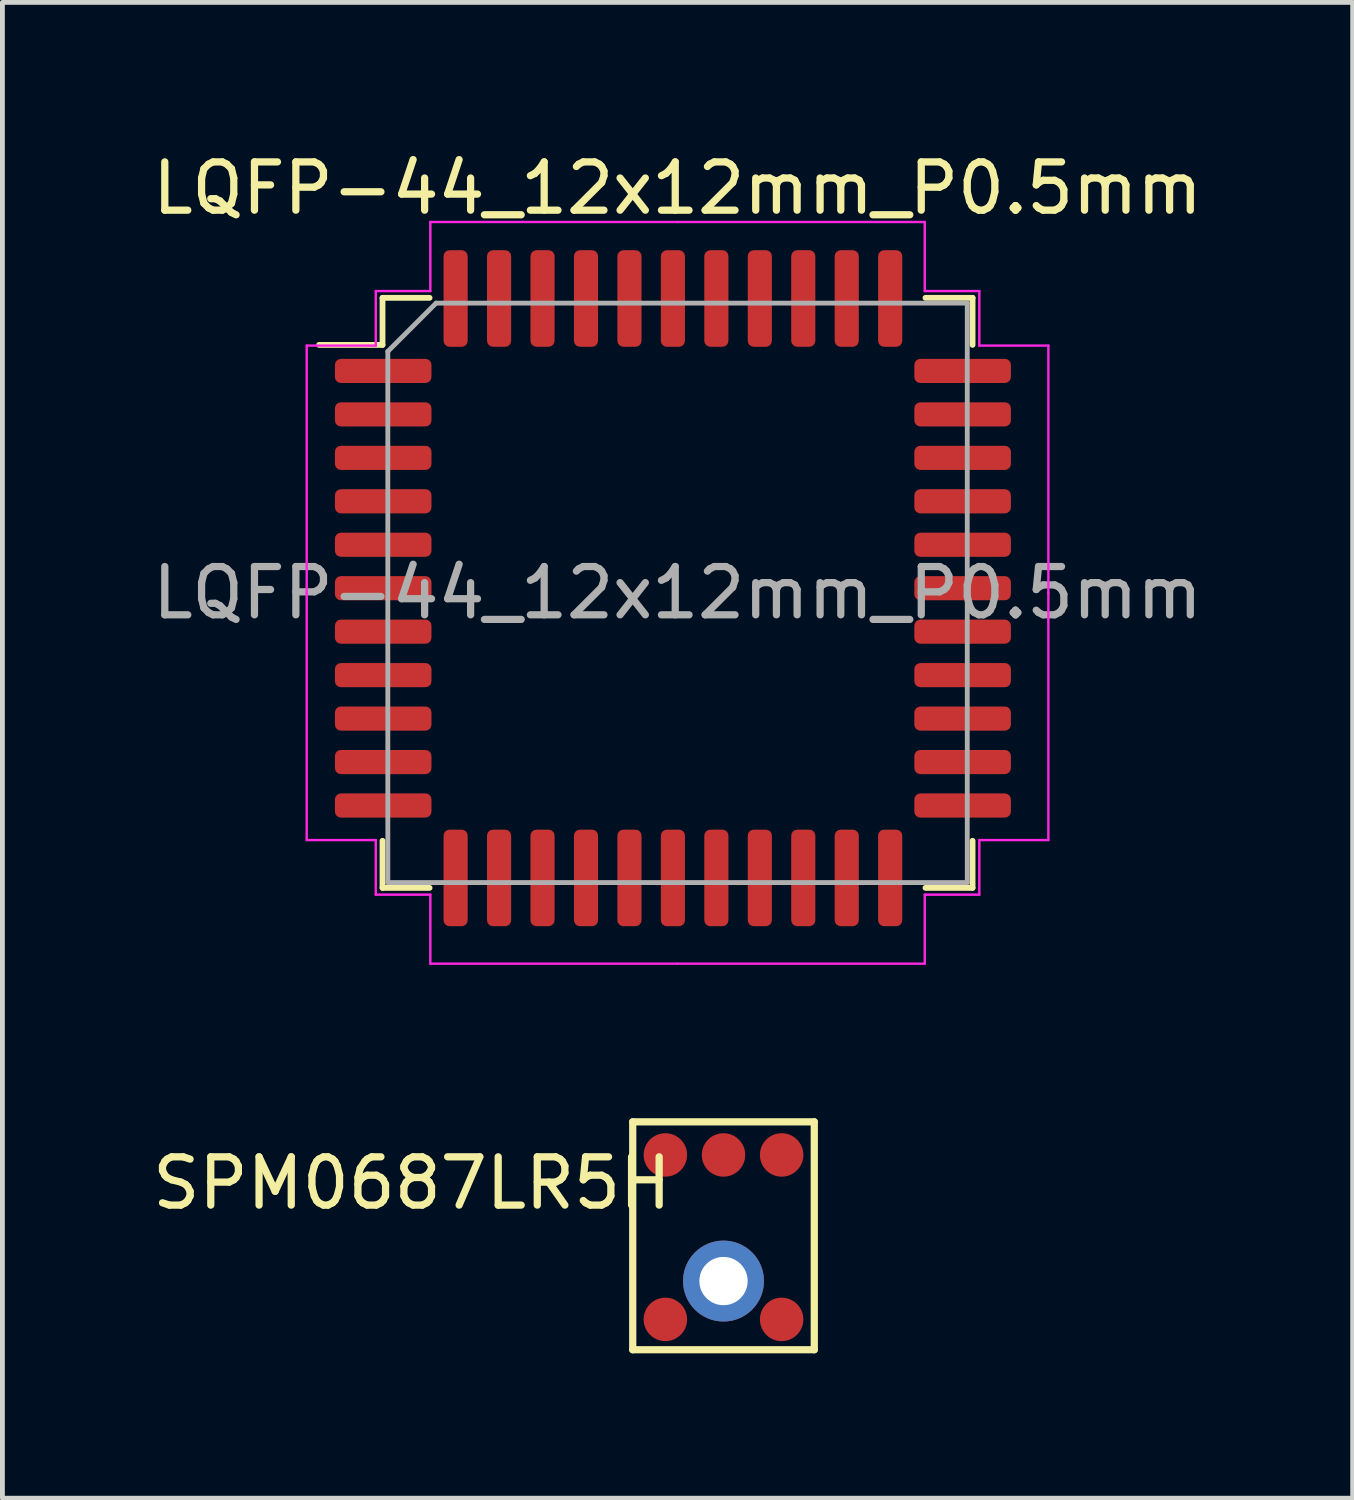
<source format=kicad_pcb>
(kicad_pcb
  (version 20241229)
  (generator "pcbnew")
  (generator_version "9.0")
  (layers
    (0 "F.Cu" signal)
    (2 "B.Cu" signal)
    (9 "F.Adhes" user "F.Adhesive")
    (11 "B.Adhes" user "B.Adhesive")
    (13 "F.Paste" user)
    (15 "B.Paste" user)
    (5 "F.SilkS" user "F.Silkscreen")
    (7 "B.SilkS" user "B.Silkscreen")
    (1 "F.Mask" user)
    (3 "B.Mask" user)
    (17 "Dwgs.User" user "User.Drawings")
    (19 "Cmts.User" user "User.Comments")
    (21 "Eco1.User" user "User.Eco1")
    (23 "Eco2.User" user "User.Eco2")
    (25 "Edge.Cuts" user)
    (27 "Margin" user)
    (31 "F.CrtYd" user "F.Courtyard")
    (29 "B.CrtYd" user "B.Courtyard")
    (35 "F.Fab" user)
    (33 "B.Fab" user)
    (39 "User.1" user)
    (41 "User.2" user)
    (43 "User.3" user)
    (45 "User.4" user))
  (footprint "SPM0687LR5H"
    (layer "F.Cu")
    (at 10.054 20.183)
    (property "Reference" "SPM0687LR5H" (at -4.572 1.27 0) (layer "F.SilkS") (effects (font (size 1 1) (thickness 0.15))))
    (attr through_hole)
    (fp_line (start 0 0) (end 0 4.72) (stroke (width 0.15) (type solid)) (layer "F.SilkS"))
    (fp_line (start 0 0) (end 3.76 0) (stroke (width 0.15) (type solid)) (layer "F.SilkS"))
    (fp_line (start 0 4.72) (end 3.76 4.72) (stroke (width 0.15) (type solid)) (layer "F.SilkS"))
    (fp_line (start 3.76 0) (end 3.76 4.72) (stroke (width 0.15) (type solid)) (layer "F.SilkS"))
    (pad "1" smd circle (at 3.084 0.686) (size 0.9 0.9) (layers "F.Cu" "F.Mask" "F.Paste"))
    (pad "2" smd circle (at 3.084 4.092) (size 0.9 0.9) (layers "F.Cu" "F.Mask" "F.Paste"))
    (pad "3" thru_hole circle (at 1.88 3.298) (size 1.676 1.676) (drill 1) (layers "*.Cu" "*.Mask"))
    (pad "4" smd circle (at 0.676 4.092) (size 0.9 0.9) (layers "F.Cu" "F.Mask" "F.Paste"))
    (pad "5" smd circle (at 0.676 0.686) (size 0.9 0.9) (layers "F.Cu" "F.Mask" "F.Paste"))
    (pad "6" smd circle (at 1.88 0.686) (size 0.9 0.9) (layers "F.Cu" "F.Mask" "F.Paste")))
  (footprint "LQFP-44_12x12mm_P0.5mm"
    (layer "F.Cu")
    (at 4.886 3.132)
    (property "Reference" "LQFP-44_12x12mm_P0.5mm" (at 6.096 -2.284 0) (layer "F.SilkS") (effects (font (size 1 1) (thickness 0.15))))
    (attr smd)
    (fp_line (start -0.014 -0.014) (end -0.014 0.961) (stroke (width 0.12) (type solid)) (layer "F.SilkS"))
    (fp_line (start -0.014 0.961) (end -1.329 0.961) (stroke (width 0.12) (type solid)) (layer "F.SilkS"))
    (fp_line (start -0.014 12.206) (end -0.014 11.231) (stroke (width 0.12) (type solid)) (layer "F.SilkS"))
    (fp_line (start 0.961 -0.014) (end -0.014 -0.014) (stroke (width 0.12) (type solid)) (layer "F.SilkS"))
    (fp_line (start 0.961 12.206) (end -0.014 12.206) (stroke (width 0.12) (type solid)) (layer "F.SilkS"))
    (fp_line (start 11.231 -0.014) (end 12.206 -0.014) (stroke (width 0.12) (type solid)) (layer "F.SilkS"))
    (fp_line (start 11.231 12.206) (end 12.206 12.206) (stroke (width 0.12) (type solid)) (layer "F.SilkS"))
    (fp_line (start 12.206 -0.014) (end 12.206 0.961) (stroke (width 0.12) (type solid)) (layer "F.SilkS"))
    (fp_line (start 12.206 12.206) (end 12.206 11.231) (stroke (width 0.12) (type solid)) (layer "F.SilkS"))
    (fp_line (start -1.584 0.976) (end -1.584 6.096) (stroke (width 0.05) (type solid)) (layer "F.CrtYd"))
    (fp_line (start -1.584 11.216) (end -1.584 6.096) (stroke (width 0.05) (type solid)) (layer "F.CrtYd"))
    (fp_line (start -0.154 -0.154) (end -0.154 0.976) (stroke (width 0.05) (type solid)) (layer "F.CrtYd"))
    (fp_line (start -0.154 0.976) (end -1.584 0.976) (stroke (width 0.05) (type solid)) (layer "F.CrtYd"))
    (fp_line (start -0.154 11.216) (end -1.584 11.216) (stroke (width 0.05) (type solid)) (layer "F.CrtYd"))
    (fp_line (start -0.154 12.346) (end -0.154 11.216) (stroke (width 0.05) (type solid)) (layer "F.CrtYd"))
    (fp_line (start 0.976 -1.584) (end 0.976 -0.154) (stroke (width 0.05) (type solid)) (layer "F.CrtYd"))
    (fp_line (start 0.976 -0.154) (end -0.154 -0.154) (stroke (width 0.05) (type solid)) (layer "F.CrtYd"))
    (fp_line (start 0.976 12.346) (end -0.154 12.346) (stroke (width 0.05) (type solid)) (layer "F.CrtYd"))
    (fp_line (start 0.976 13.776) (end 0.976 12.346) (stroke (width 0.05) (type solid)) (layer "F.CrtYd"))
    (fp_line (start 6.096 -1.584) (end 0.976 -1.584) (stroke (width 0.05) (type solid)) (layer "F.CrtYd"))
    (fp_line (start 6.096 -1.584) (end 11.216 -1.584) (stroke (width 0.05) (type solid)) (layer "F.CrtYd"))
    (fp_line (start 6.096 13.776) (end 0.976 13.776) (stroke (width 0.05) (type solid)) (layer "F.CrtYd"))
    (fp_line (start 6.096 13.776) (end 11.216 13.776) (stroke (width 0.05) (type solid)) (layer "F.CrtYd"))
    (fp_line (start 11.216 -1.584) (end 11.216 -0.154) (stroke (width 0.05) (type solid)) (layer "F.CrtYd"))
    (fp_line (start 11.216 -0.154) (end 12.346 -0.154) (stroke (width 0.05) (type solid)) (layer "F.CrtYd"))
    (fp_line (start 11.216 12.346) (end 12.346 12.346) (stroke (width 0.05) (type solid)) (layer "F.CrtYd"))
    (fp_line (start 11.216 13.776) (end 11.216 12.346) (stroke (width 0.05) (type solid)) (layer "F.CrtYd"))
    (fp_line (start 12.346 -0.154) (end 12.346 0.976) (stroke (width 0.05) (type solid)) (layer "F.CrtYd"))
    (fp_line (start 12.346 0.976) (end 13.776 0.976) (stroke (width 0.05) (type solid)) (layer "F.CrtYd"))
    (fp_line (start 12.346 11.216) (end 13.776 11.216) (stroke (width 0.05) (type solid)) (layer "F.CrtYd"))
    (fp_line (start 12.346 12.346) (end 12.346 11.216) (stroke (width 0.05) (type solid)) (layer "F.CrtYd"))
    (fp_line (start 13.776 0.976) (end 13.776 6.096) (stroke (width 0.05) (type solid)) (layer "F.CrtYd"))
    (fp_line (start 13.776 11.216) (end 13.776 6.096) (stroke (width 0.05) (type solid)) (layer "F.CrtYd"))
    (fp_line (start 0.096 1.096) (end 1.096 0.096) (stroke (width 0.1) (type solid)) (layer "F.Fab"))
    (fp_line (start 0.096 12.096) (end 0.096 1.096) (stroke (width 0.1) (type solid)) (layer "F.Fab"))
    (fp_line (start 1.096 0.096) (end 12.096 0.096) (stroke (width 0.1) (type solid)) (layer "F.Fab"))
    (fp_line (start 12.096 0.096) (end 12.096 12.096) (stroke (width 0.1) (type solid)) (layer "F.Fab"))
    (fp_line (start 12.096 12.096) (end 0.096 12.096) (stroke (width 0.1) (type solid)) (layer "F.Fab"))
    (fp_text user "${REFERENCE}" (at 6.096 6.096 0) (layer "F.Fab") (effects (font (size 1 1) (thickness 0.15))))
    (pad "1" smd roundrect (at 0 1.5) (size 2 0.5) (layers "F.Cu" "F.Mask" "F.Paste") (roundrect_rratio 0.25))
    (pad "2" smd roundrect (at 0 2.4) (size 2 0.5) (layers "F.Cu" "F.Mask" "F.Paste") (roundrect_rratio 0.25))
    (pad "3" smd roundrect (at 0 3.3) (size 2 0.5) (layers "F.Cu" "F.Mask" "F.Paste") (roundrect_rratio 0.25))
    (pad "4" smd roundrect (at 0 4.2) (size 2 0.5) (layers "F.Cu" "F.Mask" "F.Paste") (roundrect_rratio 0.25))
    (pad "5" smd roundrect (at 0 5.1) (size 2 0.5) (layers "F.Cu" "F.Mask" "F.Paste") (roundrect_rratio 0.25))
    (pad "6" smd roundrect (at 0 6) (size 2 0.5) (layers "F.Cu" "F.Mask" "F.Paste") (roundrect_rratio 0.25))
    (pad "7" smd roundrect (at 0 6.9) (size 2 0.5) (layers "F.Cu" "F.Mask" "F.Paste") (roundrect_rratio 0.25))
    (pad "8" smd roundrect (at 0 7.8) (size 2 0.5) (layers "F.Cu" "F.Mask" "F.Paste") (roundrect_rratio 0.25))
    (pad "9" smd roundrect (at 0 8.7) (size 2 0.5) (layers "F.Cu" "F.Mask" "F.Paste") (roundrect_rratio 0.25))
    (pad "10" smd roundrect (at 0 9.6) (size 2 0.5) (layers "F.Cu" "F.Mask" "F.Paste") (roundrect_rratio 0.25))
    (pad "11" smd roundrect (at 0 10.5) (size 2 0.5) (layers "F.Cu" "F.Mask" "F.Paste") (roundrect_rratio 0.25))
    (pad "12" smd roundrect (at 1.5 12 90) (size 2 0.5) (layers "F.Cu" "F.Mask" "F.Paste") (roundrect_rratio 0.25))
    (pad "13" smd roundrect (at 2.4 12 90) (size 2 0.5) (layers "F.Cu" "F.Mask" "F.Paste") (roundrect_rratio 0.25))
    (pad "14" smd roundrect (at 3.3 12 90) (size 2 0.5) (layers "F.Cu" "F.Mask" "F.Paste") (roundrect_rratio 0.25))
    (pad "15" smd roundrect (at 4.2 12 90) (size 2 0.5) (layers "F.Cu" "F.Mask" "F.Paste") (roundrect_rratio 0.25))
    (pad "16" smd roundrect (at 5.1 12 90) (size 2 0.5) (layers "F.Cu" "F.Mask" "F.Paste") (roundrect_rratio 0.25))
    (pad "17" smd roundrect (at 6 12 90) (size 2 0.5) (layers "F.Cu" "F.Mask" "F.Paste") (roundrect_rratio 0.25))
    (pad "18" smd roundrect (at 6.9 12 90) (size 2 0.5) (layers "F.Cu" "F.Mask" "F.Paste") (roundrect_rratio 0.25))
    (pad "19" smd roundrect (at 7.8 12 90) (size 2 0.5) (layers "F.Cu" "F.Mask" "F.Paste") (roundrect_rratio 0.25))
    (pad "20" smd roundrect (at 8.7 12 90) (size 2 0.5) (layers "F.Cu" "F.Mask" "F.Paste") (roundrect_rratio 0.25))
    (pad "21" smd roundrect (at 9.6 12) (size 0.5 2) (layers "F.Cu" "F.Mask" "F.Paste") (roundrect_rratio 0.25))
    (pad "22" smd roundrect (at 10.5 12) (size 0.5 2) (layers "F.Cu" "F.Mask" "F.Paste") (roundrect_rratio 0.25))
    (pad "23" smd roundrect (at 12 10.5 90) (size 0.5 2) (layers "F.Cu" "F.Mask" "F.Paste") (roundrect_rratio 0.25))
    (pad "24" smd roundrect (at 12 9.6 90) (size 0.5 2) (layers "F.Cu" "F.Mask" "F.Paste") (roundrect_rratio 0.25))
    (pad "25" smd roundrect (at 12 8.7 90) (size 0.5 2) (layers "F.Cu" "F.Mask" "F.Paste") (roundrect_rratio 0.25))
    (pad "26" smd roundrect (at 12 7.8 90) (size 0.5 2) (layers "F.Cu" "F.Mask" "F.Paste") (roundrect_rratio 0.25))
    (pad "27" smd roundrect (at 12 6.9 90) (size 0.5 2) (layers "F.Cu" "F.Mask" "F.Paste") (roundrect_rratio 0.25))
    (pad "28" smd roundrect (at 12 6 90) (size 0.5 2) (layers "F.Cu" "F.Mask" "F.Paste") (roundrect_rratio 0.25))
    (pad "29" smd roundrect (at 12 5.1 90) (size 0.5 2) (layers "F.Cu" "F.Mask" "F.Paste") (roundrect_rratio 0.25))
    (pad "30" smd roundrect (at 12 4.2 90) (size 0.5 2) (layers "F.Cu" "F.Mask" "F.Paste") (roundrect_rratio 0.25))
    (pad "31" smd roundrect (at 12 3.3 90) (size 0.5 2) (layers "F.Cu" "F.Mask" "F.Paste") (roundrect_rratio 0.25))
    (pad "32" smd roundrect (at 12 2.4 90) (size 0.5 2) (layers "F.Cu" "F.Mask" "F.Paste") (roundrect_rratio 0.25))
    (pad "33" smd roundrect (at 12 1.5 90) (size 0.5 2) (layers "F.Cu" "F.Mask" "F.Paste") (roundrect_rratio 0.25))
    (pad "34" smd roundrect (at 10.5 0 180) (size 0.5 2) (layers "F.Cu" "F.Mask" "F.Paste") (roundrect_rratio 0.25))
    (pad "35" smd roundrect (at 9.6 0 180) (size 0.5 2) (layers "F.Cu" "F.Mask" "F.Paste") (roundrect_rratio 0.25))
    (pad "36" smd roundrect (at 8.7 0 180) (size 0.5 2) (layers "F.Cu" "F.Mask" "F.Paste") (roundrect_rratio 0.25))
    (pad "37" smd roundrect (at 7.8 0 180) (size 0.5 2) (layers "F.Cu" "F.Mask" "F.Paste") (roundrect_rratio 0.25))
    (pad "38" smd roundrect (at 6.9 0 180) (size 0.5 2) (layers "F.Cu" "F.Mask" "F.Paste") (roundrect_rratio 0.25))
    (pad "39" smd roundrect (at 6 0 180) (size 0.5 2) (layers "F.Cu" "F.Mask" "F.Paste") (roundrect_rratio 0.25))
    (pad "40" smd roundrect (at 5.1 0 180) (size 0.5 2) (layers "F.Cu" "F.Mask" "F.Paste") (roundrect_rratio 0.25))
    (pad "41" smd roundrect (at 4.2 0 90) (size 2 0.5) (layers "F.Cu" "F.Mask" "F.Paste") (roundrect_rratio 0.25))
    (pad "42" smd roundrect (at 3.3 0 90) (size 2 0.5) (layers "F.Cu" "F.Mask" "F.Paste") (roundrect_rratio 0.25))
    (pad "43" smd roundrect (at 2.4 0 90) (size 2 0.5) (layers "F.Cu" "F.Mask" "F.Paste") (roundrect_rratio 0.25))
    (pad "44" smd roundrect (at 1.5 0 90) (size 2 0.5) (layers "F.Cu" "F.Mask" "F.Paste") (roundrect_rratio 0.25)))
  (gr_rect
    (start -3 -3)
    (end 24.964 27.978)
    (stroke (width 0.1) (type default))
    (fill no)
    (layer "Edge.Cuts")))
</source>
